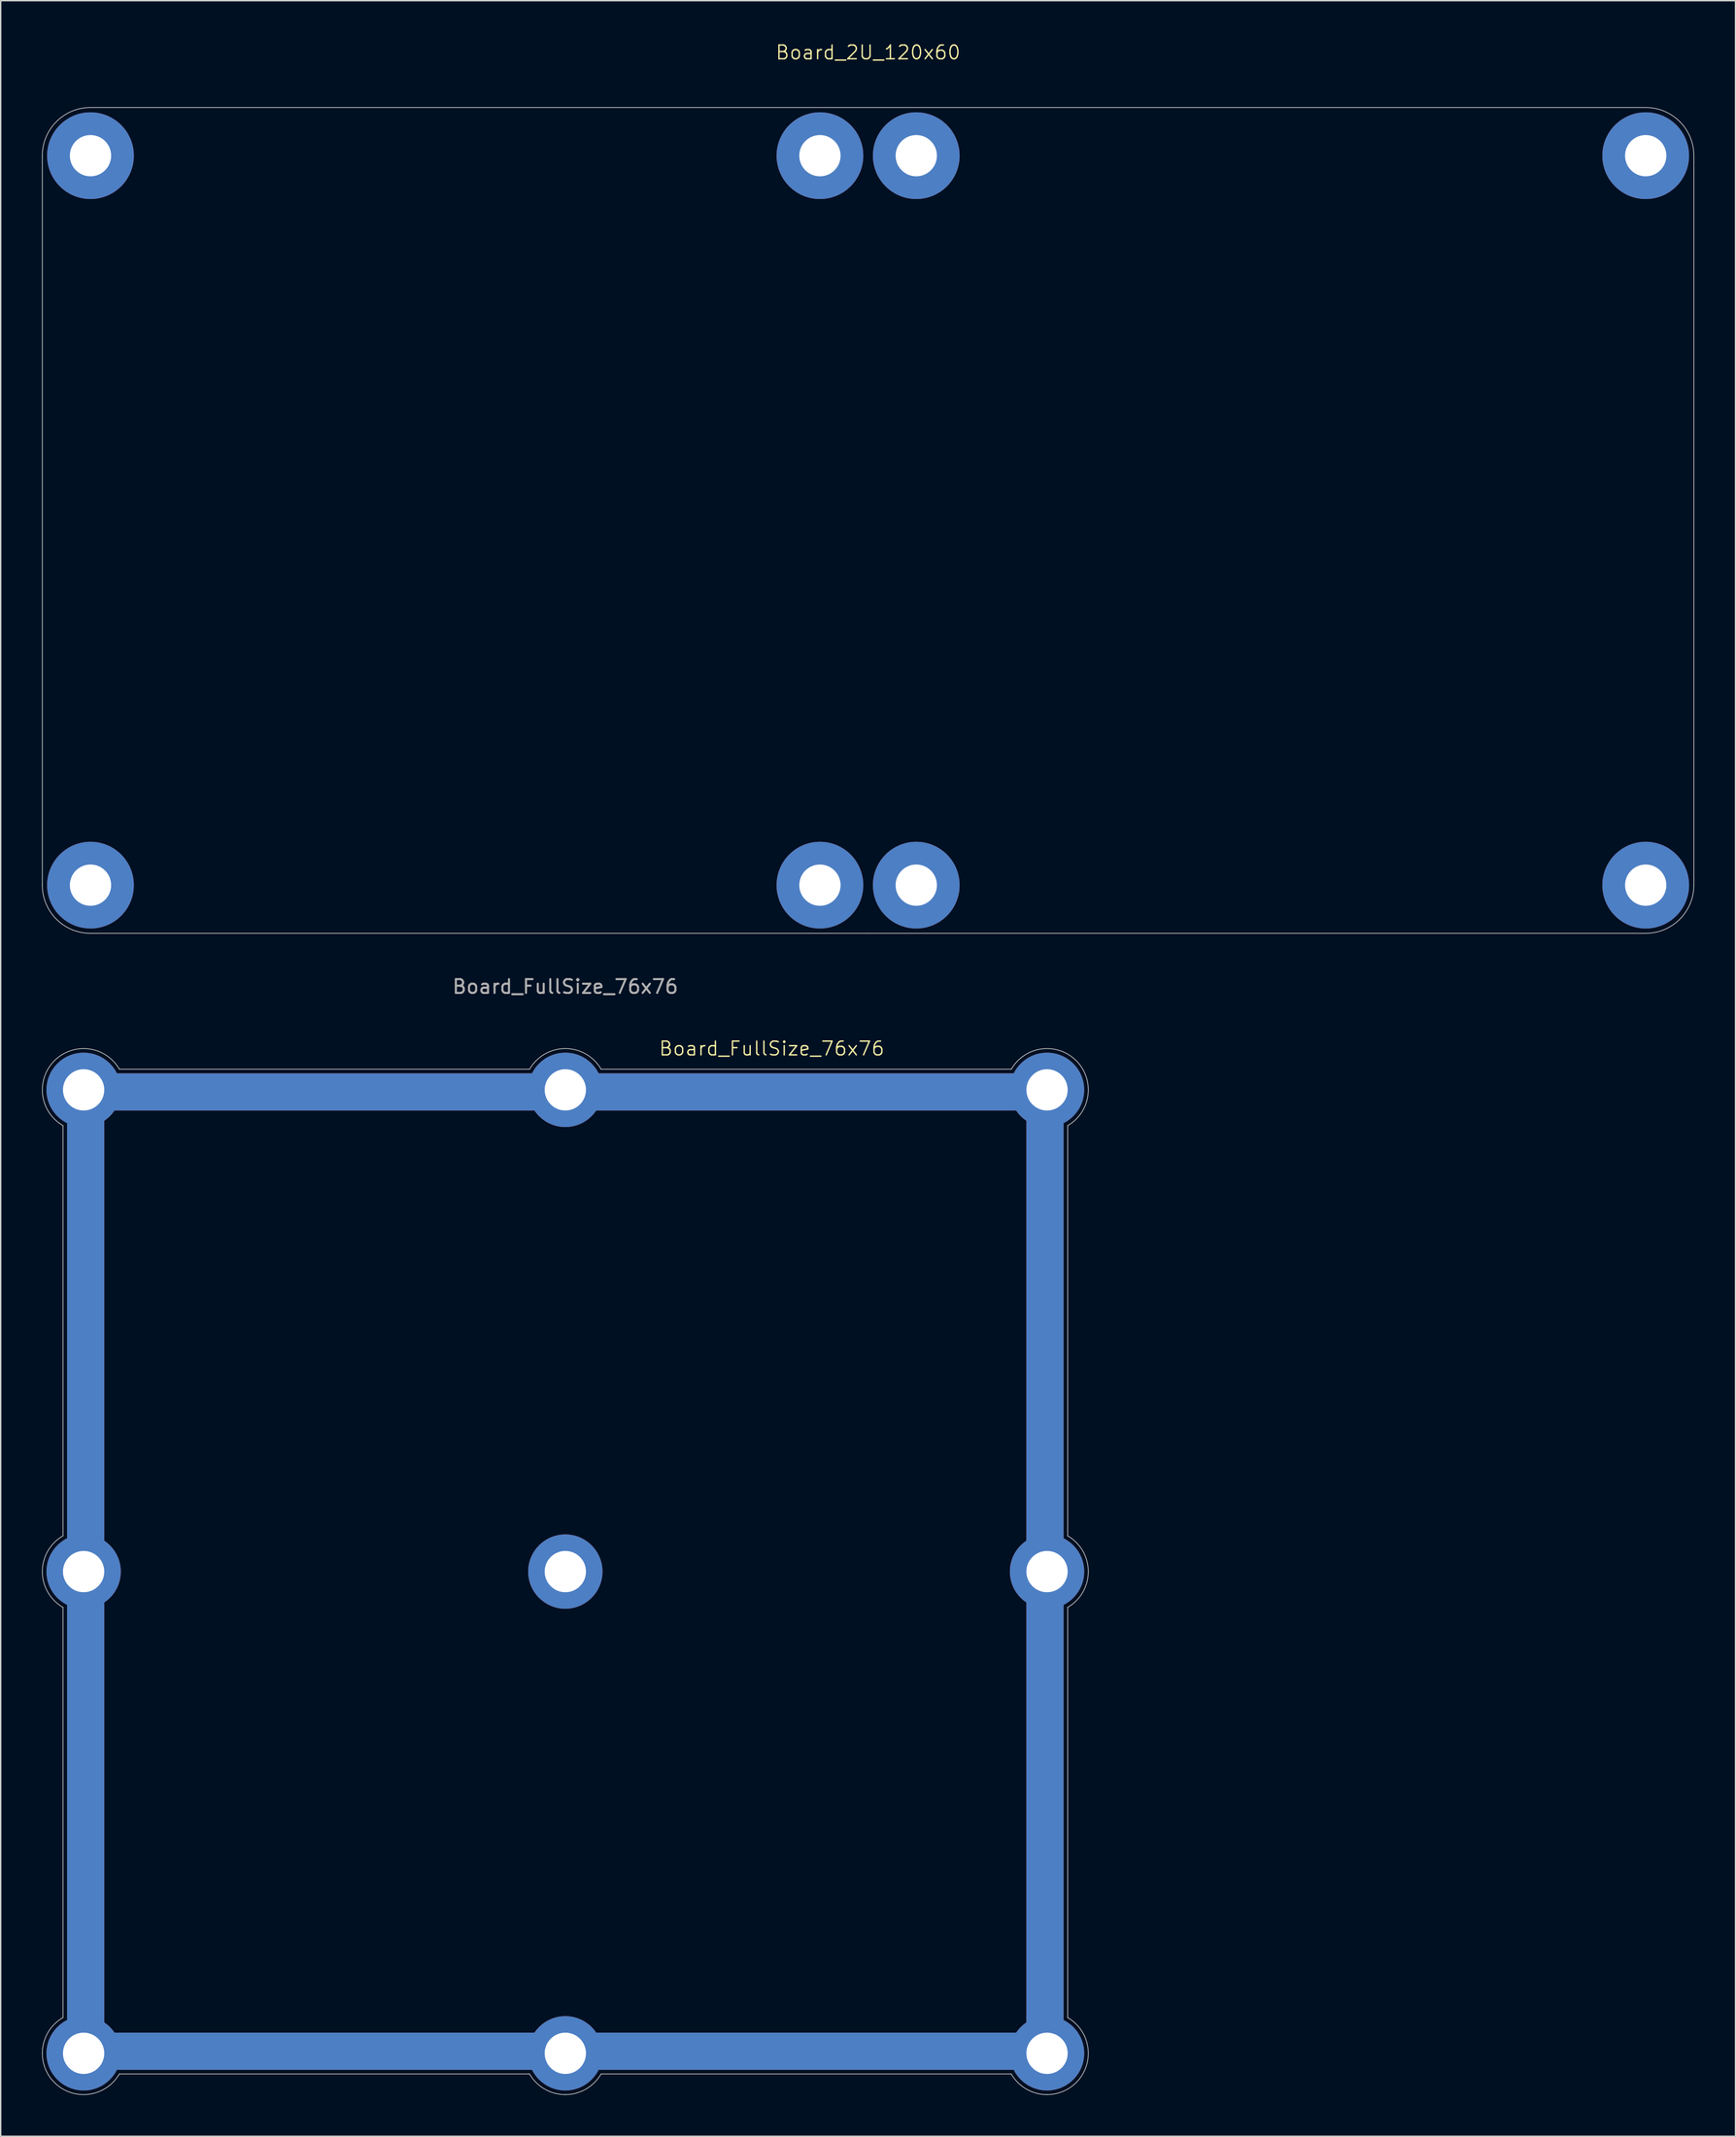
<source format=kicad_pcb>
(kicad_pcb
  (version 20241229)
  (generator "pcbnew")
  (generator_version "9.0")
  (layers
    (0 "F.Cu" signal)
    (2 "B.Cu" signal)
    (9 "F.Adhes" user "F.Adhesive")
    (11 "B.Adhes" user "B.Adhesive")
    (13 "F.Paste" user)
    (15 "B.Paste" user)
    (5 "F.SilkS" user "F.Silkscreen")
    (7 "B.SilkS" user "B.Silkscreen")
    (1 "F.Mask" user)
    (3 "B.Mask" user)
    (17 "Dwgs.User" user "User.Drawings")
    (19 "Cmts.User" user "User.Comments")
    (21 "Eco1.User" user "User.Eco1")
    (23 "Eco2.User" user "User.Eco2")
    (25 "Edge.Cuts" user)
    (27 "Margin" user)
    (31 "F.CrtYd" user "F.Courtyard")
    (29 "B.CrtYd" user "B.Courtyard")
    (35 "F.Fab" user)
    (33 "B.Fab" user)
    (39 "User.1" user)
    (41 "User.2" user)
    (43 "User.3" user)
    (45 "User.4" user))
  (footprint "Board_FullSize_76x76"
    (layer "F.Cu")
    (at 38.026 111.134)
    (property "Reference" "Board_FullSize_76x76" (at 15 -38 0) (unlocked yes) (layer "F.SilkS") (effects (font (size 1 1) (thickness 0.1))))
    (fp_line (start -36.499 -32.401) (end -36.499 -2.599) (stroke (width 0.05) (type default)) (layer "Edge.Cuts"))
    (fp_line (start -36.499 2.599) (end -36.499 32.401) (stroke (width 0.05) (type default)) (layer "Edge.Cuts"))
    (fp_line (start -32.403 36.5) (end -2.6 36.5) (stroke (width 0.05) (type default)) (layer "Edge.Cuts"))
    (fp_line (start -2.597 -36.5) (end -32.4 -36.5) (stroke (width 0.05) (type default)) (layer "Edge.Cuts"))
    (fp_line (start 2.597 36.5) (end 32.4 36.5) (stroke (width 0.05) (type default)) (layer "Edge.Cuts"))
    (fp_line (start 32.403 -36.5) (end 2.6 -36.5) (stroke (width 0.05) (type default)) (layer "Edge.Cuts"))
    (fp_line (start 36.5 -2.597) (end 36.5 -32.4) (stroke (width 0.05) (type default)) (layer "Edge.Cuts"))
    (fp_line (start 36.5 32.403) (end 36.5 2.6) (stroke (width 0.05) (type default)) (layer "Edge.Cuts"))
    (fp_arc (start -38 0) (mid -37.597836 -1.500415) (end -36.499169 -2.598556) (stroke (width 0.05) (type default)) (layer "Edge.Cuts"))
    (fp_arc (start -38 35) (mid -37.597836 33.499584) (end -36.499167 32.401443) (stroke (width 0.05) (type default)) (layer "Edge.Cuts"))
    (fp_arc (start -36.499167 -32.401443) (mid -37.897902 -35.775993) (end -35 -38) (stroke (width 0.05) (type default)) (layer "Edge.Cuts"))
    (fp_arc (start -36.499167 2.598557) (mid -37.597836 1.500416) (end -38 0) (stroke (width 0.05) (type default)) (layer "Edge.Cuts"))
    (fp_arc (start -34.998556 -38.000831) (mid -33.49814 -37.598667) (end -32.399999 -36.499998) (stroke (width 0.05) (type default)) (layer "Edge.Cuts"))
    (fp_arc (start -32.402887 36.499998) (mid -35.777437 37.898733) (end -38.001444 35.000831) (stroke (width 0.05) (type default)) (layer "Edge.Cuts"))
    (fp_arc (start -2.597113 -36.499998) (mid -1.498972 -37.598665) (end 0.001444 -38.000831) (stroke (width 0.05) (type default)) (layer "Edge.Cuts"))
    (fp_arc (start -0.001444 38.000831) (mid -1.501859 37.598667) (end -2.6 36.5) (stroke (width 0.05) (type default)) (layer "Edge.Cuts"))
    (fp_arc (start 0.001444 -38.000831) (mid 1.501859 -37.598667) (end 2.6 -36.5) (stroke (width 0.05) (type default)) (layer "Edge.Cuts"))
    (fp_arc (start 2.597113 36.499998) (mid 1.498972 37.598665) (end -0.001444 38.000831) (stroke (width 0.05) (type default)) (layer "Edge.Cuts"))
    (fp_arc (start 32.402887 -36.499998) (mid 35.777437 -37.898733) (end 38.001444 -35.000831) (stroke (width 0.05) (type default)) (layer "Edge.Cuts"))
    (fp_arc (start 34.998556 38.000831) (mid 33.49814 37.598667) (end 32.399999 36.499998) (stroke (width 0.05) (type default)) (layer "Edge.Cuts"))
    (fp_arc (start 36.499998 -2.597113) (mid 37.598665 -1.498972) (end 38.000831 0.001444) (stroke (width 0.05) (type default)) (layer "Edge.Cuts"))
    (fp_arc (start 36.499998 32.402887) (mid 37.898733 35.777437) (end 35.000831 38.001444) (stroke (width 0.05) (type default)) (layer "Edge.Cuts"))
    (fp_arc (start 38.000831 -34.998556) (mid 37.598667 -33.49814) (end 36.499998 -32.399999) (stroke (width 0.05) (type default)) (layer "Edge.Cuts"))
    (fp_arc (start 38.000831 0.001444) (mid 37.598667 1.501859) (end 36.5 2.6) (stroke (width 0.05) (type default)) (layer "Edge.Cuts"))
    (fp_text user "${REFERENCE}" (at 0 -42.5 0) (unlocked yes) (layer "F.Fab") (effects (font (size 1 1) (thickness 0.15))))
    (pad "GND" thru_hole circle (at -35 -35) (size 5.4 5.4) (drill 3) (layers "*.Cu" "*.Mask"))
    (pad "GND" thru_hole circle (at -35 0) (size 5.4 5.4) (drill 3) (layers "*.Cu" "*.Mask"))
    (pad "GND" thru_hole circle (at -35 35) (size 5.4 5.4) (drill 3) (layers "*.Cu" "*.Mask"))
    (pad "GND" connect rect (at -34.85 0) (size 2.7 70) (layers "F.Cu" "F.Mask"))
    (pad "GND" connect rect (at -34.85 0) (size 2.7 70) (layers "B.Cu" "B.Mask"))
    (pad "GND" thru_hole circle (at 0 -35) (size 5.4 5.4) (drill 3) (layers "*.Cu" "*.Mask"))
    (pad "GND" connect rect (at 0 -34.85 90) (size 2.7 70) (layers "F.Cu" "F.Mask"))
    (pad "GND" connect rect (at 0 -34.85 270) (size 2.7 70) (layers "B.Cu" "B.Mask"))
    (pad "GND" thru_hole circle (at 0 0) (size 5.4 5.4) (drill 3) (layers "*.Cu" "*.Mask"))
    (pad "GND" connect rect (at 0 34.85 90) (size 2.7 70) (layers "F.Cu" "F.Mask"))
    (pad "GND" connect rect (at 0 34.85 270) (size 2.7 70) (layers "B.Cu" "B.Mask"))
    (pad "GND" thru_hole circle (at 0 35) (size 5.4 5.4) (drill 3) (layers "*.Cu" "*.Mask"))
    (pad "GND" connect rect (at 34.85 0) (size 2.7 70) (layers "F.Cu" "F.Mask"))
    (pad "GND" connect rect (at 34.85 0) (size 2.7 70) (layers "B.Cu" "B.Mask"))
    (pad "GND" thru_hole circle (at 35 -35) (size 5.4 5.4) (drill 3) (layers "*.Cu" "*.Mask"))
    (pad "GND" thru_hole circle (at 35 0) (size 5.4 5.4) (drill 3) (layers "*.Cu" "*.Mask"))
    (pad "GND" thru_hole circle (at 35 35) (size 5.4 5.4) (drill 3) (layers "*.Cu" "*.Mask")))
  (footprint "Board_2U_120x60"
    (layer "F.Cu")
    (at 60.025 34.761)
    (property "Reference" "Board_2U_120x60" (at 0 -34 0) (unlocked yes) (layer "F.SilkS") (effects (font (size 1 1) (thickness 0.1))))
    (fp_rect (start -60 -30) (end -58 30) (stroke (width 0) (type solid)) (fill yes) (layer "F.Mask"))
    (fp_rect (start -60 -30) (end 0 -28) (stroke (width 0) (type solid)) (fill yes) (layer "F.Mask"))
    (fp_rect (start -60 28) (end 0 30) (stroke (width 0) (type solid)) (fill yes) (layer "F.Mask"))
    (fp_rect (start -3.5 -28) (end 3.5 -23.35) (stroke (width 0) (type solid)) (fill yes) (layer "F.Mask"))
    (fp_rect (start -3.5 23.35) (end 3.5 28) (stroke (width 0) (type solid)) (fill yes) (layer "F.Mask"))
    (fp_rect (start 0 -30) (end 60 -28) (stroke (width 0) (type solid)) (fill yes) (layer "F.Mask"))
    (fp_rect (start 0 28) (end 60 30) (stroke (width 0) (type solid)) (fill yes) (layer "F.Mask"))
    (fp_rect (start 58 -30) (end 60 30) (stroke (width 0) (type solid)) (fill yes) (layer "F.Mask"))
    (fp_poly (pts (xy -60 -20) (xy -50 -30) (xy -60 -30)) (stroke (width 0) (type solid)) (fill yes) (layer "F.Mask"))
    (fp_poly (pts (xy -50 30) (xy -60 20) (xy -60 30)) (stroke (width 0) (type solid)) (fill yes) (layer "F.Mask"))
    (fp_poly (pts (xy -10 -30) (xy -3.5 -23.35) (xy -3.5 -30)) (stroke (width 0) (type solid)) (fill yes) (layer "F.Mask"))
    (fp_poly (pts (xy -3.5 23.35) (xy -10 30) (xy -3.5 30)) (stroke (width 0) (type solid)) (fill yes) (layer "F.Mask"))
    (fp_poly (pts (xy 3.5 -23.35) (xy 10 -30) (xy 3.5 -30)) (stroke (width 0) (type solid)) (fill yes) (layer "F.Mask"))
    (fp_poly (pts (xy 10 30) (xy 3.5 23.35) (xy 3.5 30)) (stroke (width 0) (type solid)) (fill yes) (layer "F.Mask"))
    (fp_poly (pts (xy 50 -30) (xy 60 -20) (xy 60 -30)) (stroke (width 0) (type solid)) (fill yes) (layer "F.Mask"))
    (fp_poly (pts (xy 60 20) (xy 50 30) (xy 60 30)) (stroke (width 0) (type solid)) (fill yes) (layer "F.Mask"))
    (fp_rect (start -58 -30) (end -60 30) (stroke (width 0) (type solid)) (fill yes) (layer "B.Mask"))
    (fp_rect (start 0 -30) (end -60 -28) (stroke (width 0) (type solid)) (fill yes) (layer "B.Mask"))
    (fp_rect (start 0 28) (end -60 30) (stroke (width 0) (type solid)) (fill yes) (layer "B.Mask"))
    (fp_rect (start 3.5 -28) (end -3.5 -23.35) (stroke (width 0) (type solid)) (fill yes) (layer "B.Mask"))
    (fp_rect (start 3.5 23.35) (end -3.5 28) (stroke (width 0) (type solid)) (fill yes) (layer "B.Mask"))
    (fp_rect (start 60 -30) (end 0 -28) (stroke (width 0) (type solid)) (fill yes) (layer "B.Mask"))
    (fp_rect (start 60 -30) (end 58 30) (stroke (width 0) (type solid)) (fill yes) (layer "B.Mask"))
    (fp_rect (start 60 28) (end 0 30) (stroke (width 0) (type solid)) (fill yes) (layer "B.Mask"))
    (fp_poly (pts (xy -60 20) (xy -50 30) (xy -60 30)) (stroke (width 0) (type solid)) (fill yes) (layer "B.Mask"))
    (fp_poly (pts (xy -50 -30) (xy -60 -20) (xy -60 -30)) (stroke (width 0) (type solid)) (fill yes) (layer "B.Mask"))
    (fp_poly (pts (xy -10 30) (xy -3.5 23.35) (xy -3.5 30)) (stroke (width 0) (type solid)) (fill yes) (layer "B.Mask"))
    (fp_poly (pts (xy -3.5 -23.35) (xy -10 -30) (xy -3.5 -30)) (stroke (width 0) (type solid)) (fill yes) (layer "B.Mask"))
    (fp_poly (pts (xy 3.5 23.35) (xy 10 30) (xy 3.5 30)) (stroke (width 0) (type solid)) (fill yes) (layer "B.Mask"))
    (fp_poly (pts (xy 10 -30) (xy 3.5 -23.35) (xy 3.5 -30)) (stroke (width 0) (type solid)) (fill yes) (layer "B.Mask"))
    (fp_poly (pts (xy 50 30) (xy 60 20) (xy 60 30)) (stroke (width 0) (type solid)) (fill yes) (layer "B.Mask"))
    (fp_poly (pts (xy 60 -20) (xy 50 -30) (xy 60 -30)) (stroke (width 0) (type solid)) (fill yes) (layer "B.Mask"))
    (fp_line (start -60 26.5) (end -60 -26.5) (stroke (width 0.05) (type default)) (layer "Edge.Cuts"))
    (fp_line (start -56.5 -30) (end 0 -30) (stroke (width 0.05) (type default)) (layer "Edge.Cuts"))
    (fp_line (start 0 -30) (end 56.5 -30) (stroke (width 0.05) (type default)) (layer "Edge.Cuts"))
    (fp_line (start 0 30) (end -56.5 30) (stroke (width 0.05) (type default)) (layer "Edge.Cuts"))
    (fp_line (start 56.5 30) (end 0 30) (stroke (width 0.05) (type default)) (layer "Edge.Cuts"))
    (fp_line (start 60 -26.5) (end 60 26.5) (stroke (width 0.05) (type default)) (layer "Edge.Cuts"))
    (fp_arc (start -60 -26.5) (mid -58.974874 -28.974874) (end -56.5 -30) (stroke (width 0.05) (type default)) (layer "Edge.Cuts"))
    (fp_arc (start -56.5 30) (mid -58.974874 28.974874) (end -60 26.5) (stroke (width 0.05) (type default)) (layer "Edge.Cuts"))
    (fp_arc (start 56.5 -30) (mid 58.974874 -28.974874) (end 60 -26.5) (stroke (width 0.05) (type default)) (layer "Edge.Cuts"))
    (fp_arc (start 60 26.5) (mid 58.974874 28.974874) (end 56.5 30) (stroke (width 0.05) (type default)) (layer "Edge.Cuts"))
    (pad "GND" thru_hole circle (at -56.5 -26.5) (size 6.3 6.3) (drill 3) (layers "*.Cu" "*.Mask"))
    (pad "GND" thru_hole circle (at -56.5 26.5) (size 6.3 6.3) (drill 3) (layers "*.Cu" "*.Mask"))
    (pad "GND" thru_hole circle (at -3.5 -26.5) (size 6.3 6.3) (drill 3) (layers "*.Cu" "*.Mask"))
    (pad "GND" thru_hole circle (at -3.5 26.5) (size 6.3 6.3) (drill 3) (layers "*.Cu" "*.Mask"))
    (pad "GND" thru_hole circle (at 3.5 -26.5) (size 6.3 6.3) (drill 3) (layers "*.Cu" "*.Mask"))
    (pad "GND" thru_hole circle (at 3.5 26.5) (size 6.3 6.3) (drill 3) (layers "*.Cu" "*.Mask"))
    (pad "GND" thru_hole circle (at 56.5 -26.5) (size 6.3 6.3) (drill 3) (layers "*.Cu" "*.Mask"))
    (pad "GND" thru_hole circle (at 56.5 26.5) (size 6.3 6.3) (drill 3) (layers "*.Cu" "*.Mask")))
  (gr_rect
    (start -3 -3)
    (end 123.05 152.16)
    (stroke (width 0.1) (type default))
    (fill no)
    (layer "Edge.Cuts")))
</source>
